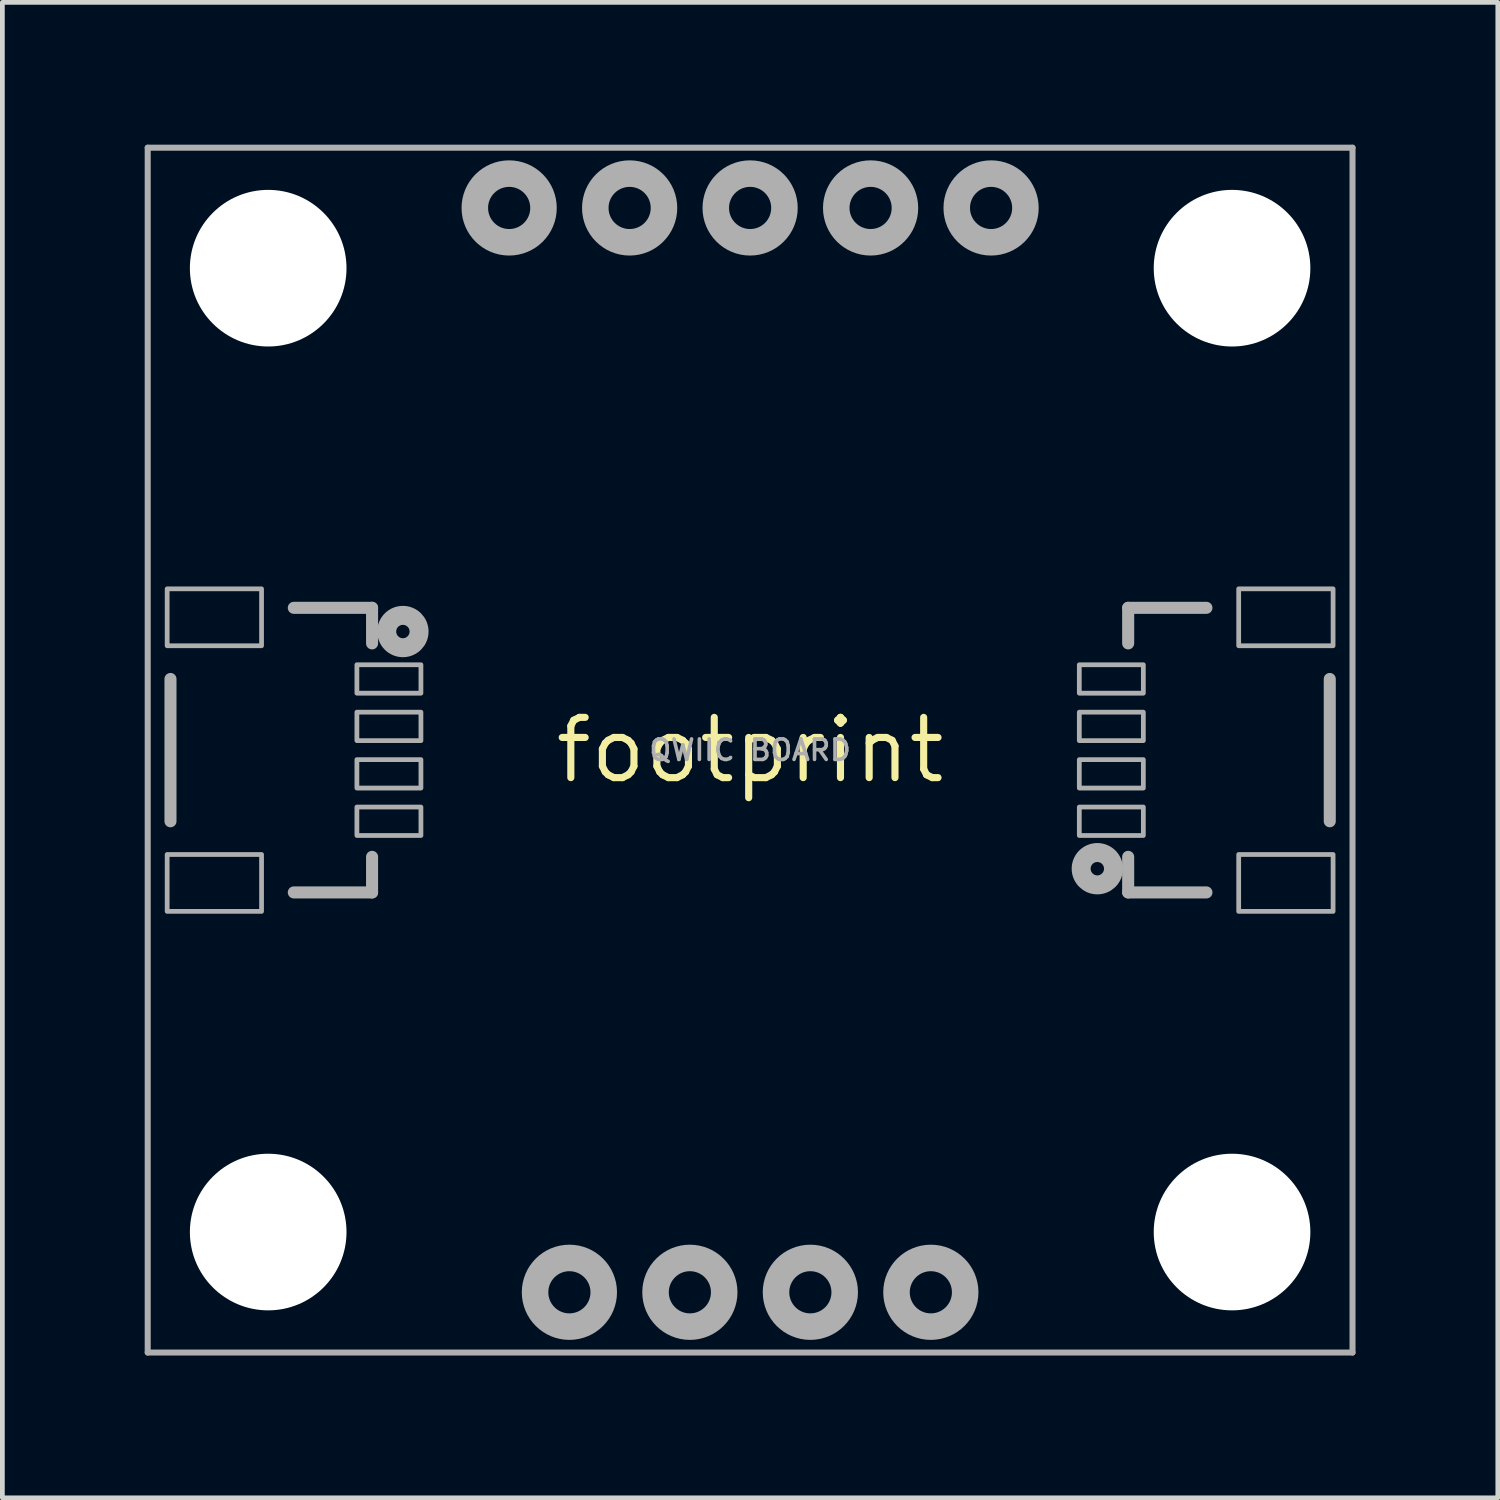
<source format=kicad_pcb>
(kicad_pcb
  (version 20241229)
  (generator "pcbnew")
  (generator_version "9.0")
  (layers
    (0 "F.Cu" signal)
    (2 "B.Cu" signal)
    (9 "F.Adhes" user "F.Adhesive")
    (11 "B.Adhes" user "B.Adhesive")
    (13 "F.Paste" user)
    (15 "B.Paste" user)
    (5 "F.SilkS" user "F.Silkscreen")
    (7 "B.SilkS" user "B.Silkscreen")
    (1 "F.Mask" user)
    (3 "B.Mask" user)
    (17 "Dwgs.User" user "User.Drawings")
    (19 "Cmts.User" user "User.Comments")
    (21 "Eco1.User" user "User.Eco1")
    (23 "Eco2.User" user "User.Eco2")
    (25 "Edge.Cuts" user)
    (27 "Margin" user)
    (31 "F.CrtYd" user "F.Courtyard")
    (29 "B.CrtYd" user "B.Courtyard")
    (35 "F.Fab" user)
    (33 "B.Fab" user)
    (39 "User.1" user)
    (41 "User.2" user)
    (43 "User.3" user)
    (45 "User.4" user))
  (footprint "footprint"
    (layer "F.Cu")
    (at 12.764 12.764)
    (property "Reference" "footprint" (at 0 0 0) (layer "F.SilkS") (effects (font (size 1.27 1.27) (thickness 0.15))))
    (fp_line (start -12.7 -12.7) (end 12.7 -12.7) (stroke (width 0.127) (type solid)) (layer "F.Fab"))
    (fp_line (start -12.7 12.7) (end -12.7 -12.7) (stroke (width 0.127) (type solid)) (layer "F.Fab"))
    (fp_line (start -12.22 -1.5) (end -12.22 1.5) (stroke (width 0.254) (type solid)) (layer "F.Fab"))
    (fp_line (start -9.62 -3) (end -7.97 -3) (stroke (width 0.254) (type solid)) (layer "F.Fab"))
    (fp_line (start -7.97 -3) (end -7.97 -2.25) (stroke (width 0.254) (type solid)) (layer "F.Fab"))
    (fp_line (start -7.97 2.25) (end -7.97 3) (stroke (width 0.254) (type solid)) (layer "F.Fab"))
    (fp_line (start -7.97 3) (end -9.62 3) (stroke (width 0.254) (type solid)) (layer "F.Fab"))
    (fp_line (start 7.97 -3) (end 9.62 -3) (stroke (width 0.254) (type solid)) (layer "F.Fab"))
    (fp_line (start 7.97 -2.25) (end 7.97 -3) (stroke (width 0.254) (type solid)) (layer "F.Fab"))
    (fp_line (start 7.97 3) (end 7.97 2.25) (stroke (width 0.254) (type solid)) (layer "F.Fab"))
    (fp_line (start 9.62 3) (end 7.97 3) (stroke (width 0.254) (type solid)) (layer "F.Fab"))
    (fp_line (start 12.22 1.5) (end 12.22 -1.5) (stroke (width 0.254) (type solid)) (layer "F.Fab"))
    (fp_line (start 12.7 -12.7) (end 12.7 12.7) (stroke (width 0.127) (type solid)) (layer "F.Fab"))
    (fp_line (start 12.7 12.7) (end -12.7 12.7) (stroke (width 0.127) (type solid)) (layer "F.Fab"))
    (fp_circle (center -7.32 -2.5) (end -7.179 -2.5) (stroke (width 0.4) (type solid)) (fill no) (layer "F.Fab"))
    (fp_circle (center -5.08 -11.43) (end -4.356 -11.43) (stroke (width 0.559) (type solid)) (fill no) (layer "F.Fab"))
    (fp_circle (center -3.81 11.43) (end -3.086 11.43) (stroke (width 0.559) (type solid)) (fill no) (layer "F.Fab"))
    (fp_circle (center -2.54 -11.43) (end -1.816 -11.43) (stroke (width 0.559) (type solid)) (fill no) (layer "F.Fab"))
    (fp_circle (center -1.27 11.43) (end -0.546 11.43) (stroke (width 0.559) (type solid)) (fill no) (layer "F.Fab"))
    (fp_circle (center 0 -11.43) (end 0.724 -11.43) (stroke (width 0.559) (type solid)) (fill no) (layer "F.Fab"))
    (fp_circle (center 1.27 11.43) (end 1.994 11.43) (stroke (width 0.559) (type solid)) (fill no) (layer "F.Fab"))
    (fp_circle (center 2.54 -11.43) (end 3.264 -11.43) (stroke (width 0.559) (type solid)) (fill no) (layer "F.Fab"))
    (fp_circle (center 3.81 11.43) (end 4.534 11.43) (stroke (width 0.559) (type solid)) (fill no) (layer "F.Fab"))
    (fp_circle (center 5.08 -11.43) (end 5.804 -11.43) (stroke (width 0.559) (type solid)) (fill no) (layer "F.Fab"))
    (fp_circle (center 7.32 2.5) (end 7.461 2.5) (stroke (width 0.4) (type solid)) (fill no) (layer "F.Fab"))
    (fp_poly (pts (xy -12.29 -2.2) (xy -10.3 -2.2) (xy -10.3 -3.4) (xy -12.29 -3.4)) (stroke (width 0.1) (type solid)) (fill no) (layer "F.Fab"))
    (fp_poly (pts (xy -12.29 3.4) (xy -10.3 3.4) (xy -10.3 2.2) (xy -12.29 2.2)) (stroke (width 0.1) (type solid)) (fill no) (layer "F.Fab"))
    (fp_poly (pts (xy -8.29 -1.2) (xy -6.94 -1.2) (xy -6.94 -1.8) (xy -8.29 -1.8)) (stroke (width 0.1) (type solid)) (fill no) (layer "F.Fab"))
    (fp_poly (pts (xy -8.29 -0.2) (xy -6.94 -0.2) (xy -6.94 -0.8) (xy -8.29 -0.8)) (stroke (width 0.1) (type solid)) (fill no) (layer "F.Fab"))
    (fp_poly (pts (xy -8.29 0.8) (xy -6.94 0.8) (xy -6.94 0.2) (xy -8.29 0.2)) (stroke (width 0.1) (type solid)) (fill no) (layer "F.Fab"))
    (fp_poly (pts (xy -8.29 1.8) (xy -6.94 1.8) (xy -6.94 1.2) (xy -8.29 1.2)) (stroke (width 0.1) (type solid)) (fill no) (layer "F.Fab"))
    (fp_poly (pts (xy 8.29 -1.8) (xy 6.94 -1.8) (xy 6.94 -1.2) (xy 8.29 -1.2)) (stroke (width 0.1) (type solid)) (fill no) (layer "F.Fab"))
    (fp_poly (pts (xy 8.29 -0.8) (xy 6.94 -0.8) (xy 6.94 -0.2) (xy 8.29 -0.2)) (stroke (width 0.1) (type solid)) (fill no) (layer "F.Fab"))
    (fp_poly (pts (xy 8.29 0.2) (xy 6.94 0.2) (xy 6.94 0.8) (xy 8.29 0.8)) (stroke (width 0.1) (type solid)) (fill no) (layer "F.Fab"))
    (fp_poly (pts (xy 8.29 1.2) (xy 6.94 1.2) (xy 6.94 1.8) (xy 8.29 1.8)) (stroke (width 0.1) (type solid)) (fill no) (layer "F.Fab"))
    (fp_poly (pts (xy 12.29 -3.4) (xy 10.3 -3.4) (xy 10.3 -2.2) (xy 12.29 -2.2)) (stroke (width 0.1) (type solid)) (fill no) (layer "F.Fab"))
    (fp_poly (pts (xy 12.29 2.2) (xy 10.3 2.2) (xy 10.3 3.4) (xy 12.29 3.4)) (stroke (width 0.1) (type solid)) (fill no) (layer "F.Fab"))
    (fp_text user "QWIIC BOARD" (at 0 0 0) (layer "F.Fab") (effects (font (size 0.432 0.432) (thickness 0.076))))
    (pad "" np_thru_hole circle (at -10.16 -10.16) (size 3.302 3.302) (drill 3.302) (layers "*.Cu" "*.Mask"))
    (pad "" np_thru_hole circle (at -10.16 10.16) (size 3.302 3.302) (drill 3.302) (layers "*.Cu" "*.Mask"))
    (pad "" np_thru_hole circle (at 10.16 -10.16) (size 3.302 3.302) (drill 3.302) (layers "*.Cu" "*.Mask"))
    (pad "" np_thru_hole circle (at 10.16 10.16) (size 3.302 3.302) (drill 3.302) (layers "*.Cu" "*.Mask")))
  (gr_rect
    (start -3 -3)
    (end 28.527 28.527)
    (stroke (width 0.1) (type default))
    (fill no)
    (layer "Edge.Cuts")))
</source>
